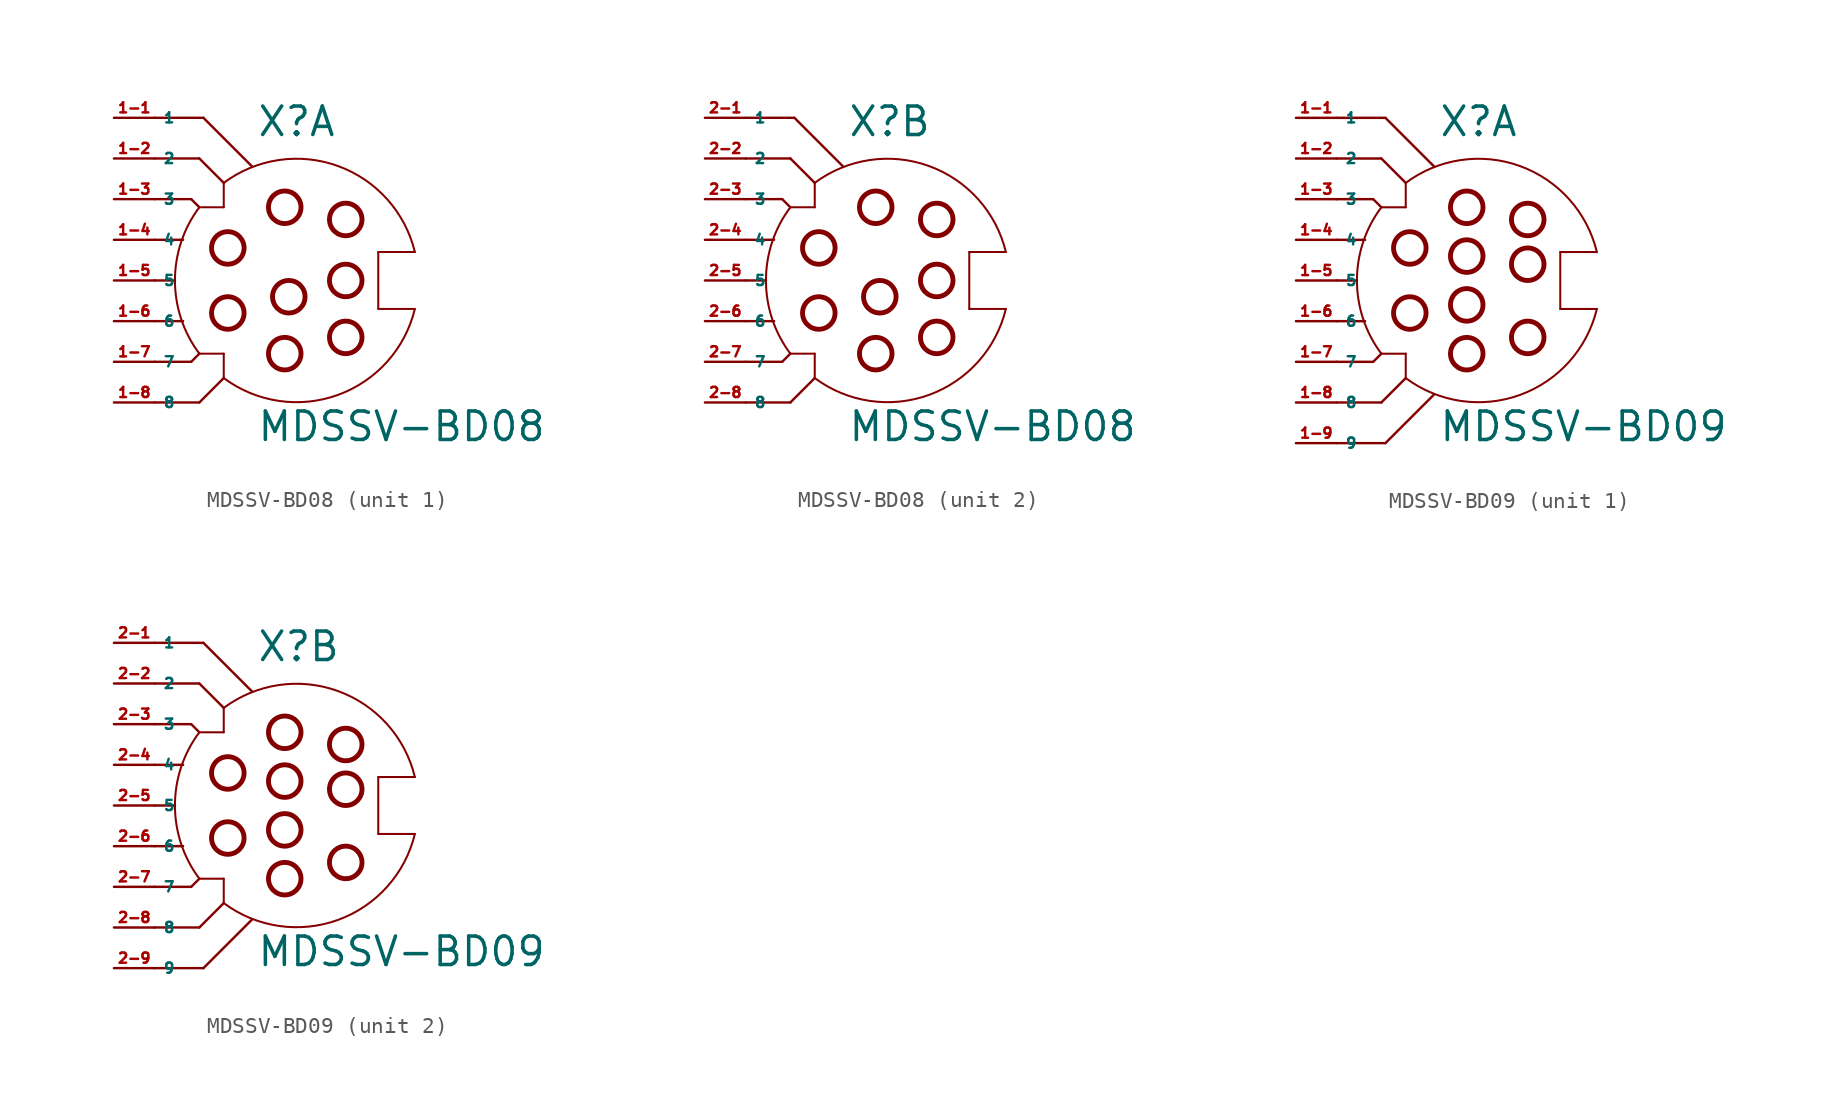
<source format=kicad_sym>
(kicad_symbol_lib
  (version 20220914)
  (generator Eagle2Kicad)
  (symbol "MDSSV-BD08"
    (property "Reference" "X"
      (at -1.27 8.89 0)
      (effects (font (size 1.778 1.778) (thickness 0.22)) (justify left bottom)))
    (property "Value" "MDSSV-BD08"
      (at -1.27 -10.16 0)
      (effects (font (size 1.778 1.778) (thickness 0.22)) (justify left bottom)))
    (symbol "MDSSV-BD08_1_0"
      (polyline (pts (xy 6.35 -1.778) (xy 6.35 1.778)) (stroke (width 0.127) (type default)) (fill (type none)))
      (polyline (pts (xy 6.35 1.778) (xy 8.636 1.778)) (stroke (width 0.127) (type default)) (fill (type none)))
      (polyline (pts (xy -3.302 6.096) (xy -3.302 4.572)) (stroke (width 0.127) (type default)) (fill (type none)))
      (polyline (pts (xy -3.302 4.572) (xy -4.826 4.572)) (stroke (width 0.127) (type default)) (fill (type none)))
      (polyline (pts (xy -4.826 -4.572) (xy -3.302 -4.572)) (stroke (width 0.127) (type default)) (fill (type none)))
      (polyline (pts (xy -3.302 -4.572) (xy -3.302 -6.096)) (stroke (width 0.127) (type default)) (fill (type none)))
      (arc (start -4.826 4.572) (mid -6.350 0.000) (end -4.826 -4.572) (stroke (width 0.127) (type default)) (fill (type none)))
      (arc (start 8.6357 1.778) (mid 3.829 7.150) (end -3.302 6.096) (stroke (width 0.127) (type default)) (fill (type none)))
      (polyline (pts (xy -7.62 0) (xy -6.35 0)) (stroke (width 0.152) (type default)) (fill (type none)))
      (polyline (pts (xy -7.62 2.54) (xy -5.842 2.54)) (stroke (width 0.152) (type default)) (fill (type none)))
      (polyline (pts (xy -7.62 -2.54) (xy -5.842 -2.54)) (stroke (width 0.152) (type default)) (fill (type none)))
      (polyline (pts (xy -7.62 5.08) (xy -5.334 5.08)) (stroke (width 0.152) (type default)) (fill (type none)))
      (polyline (pts (xy -5.334 5.08) (xy -4.826 4.572)) (stroke (width 0.152) (type default)) (fill (type none)))
      (polyline (pts (xy -7.62 -5.08) (xy -5.334 -5.08)) (stroke (width 0.152) (type default)) (fill (type none)))
      (polyline (pts (xy -5.334 -5.08) (xy -4.826 -4.572)) (stroke (width 0.152) (type default)) (fill (type none)))
      (polyline (pts (xy -7.62 -7.62) (xy -4.826 -7.62)) (stroke (width 0.152) (type default)) (fill (type none)))
      (polyline (pts (xy -4.826 -7.62) (xy -3.302 -6.096)) (stroke (width 0.152) (type default)) (fill (type none)))
      (polyline (pts (xy -7.62 7.62) (xy -4.826 7.62)) (stroke (width 0.152) (type default)) (fill (type none)))
      (polyline (pts (xy -4.826 7.62) (xy -3.302 6.096)) (stroke (width 0.152) (type default)) (fill (type none)))
      (polyline (pts (xy -7.62 10.16) (xy -4.572 10.16)) (stroke (width 0.152) (type default)) (fill (type none)))
      (polyline (pts (xy -4.572 10.16) (xy -1.524 7.112)) (stroke (width 0.152) (type default)) (fill (type none)))
      (polyline (pts (xy 6.35 -1.778) (xy 8.636 -1.778)) (stroke (width 0.127) (type default)) (fill (type none)))
      (arc (start -3.302 -6.096) (mid 3.829 -7.150) (end 8.6357 -1.778) (stroke (width 0.127) (type default)) (fill (type none)))
      (circle (center 0.508 4.572) (radius 1.016) (stroke (width 0.305) (type default)) (fill (type none)))
      (circle (center 4.318 3.81) (radius 1.016) (stroke (width 0.305) (type default)) (fill (type none)))
      (circle (center 0.508 -4.572) (radius 1.016) (stroke (width 0.305) (type default)) (fill (type none)))
      (circle (center 4.318 -3.556) (radius 1.016) (stroke (width 0.305) (type default)) (fill (type none)))
      (circle (center -3.048 2.032) (radius 1.016) (stroke (width 0.305) (type default)) (fill (type none)))
      (circle (center -3.048 -2.032) (radius 1.016) (stroke (width 0.305) (type default)) (fill (type none)))
      (circle (center 4.318 0) (radius 1.016) (stroke (width 0.305) (type default)) (fill (type none)))
      (circle (center 0.762 -1.016) (radius 1.016) (stroke (width 0.305) (type default)) (fill (type none)))
      (pin passive line (at -10.16 10.16 0) (length 2.54) (name "1" (effects (font (size 0.635 0.635) (thickness 0.08)) (justify left bottom))) (number "1-1" (effects (font (size 0.635 0.635) (thickness 0.08)) (justify left bottom))))
      (pin passive line (at -10.16 7.62 0) (length 2.54) (name "2" (effects (font (size 0.635 0.635) (thickness 0.08)) (justify left bottom))) (number "1-2" (effects (font (size 0.635 0.635) (thickness 0.08)) (justify left bottom))))
      (pin passive line (at -10.16 5.08 0) (length 2.54) (name "3" (effects (font (size 0.635 0.635) (thickness 0.08)) (justify left bottom))) (number "1-3" (effects (font (size 0.635 0.635) (thickness 0.08)) (justify left bottom))))
      (pin passive line (at -10.16 2.54 0) (length 2.54) (name "4" (effects (font (size 0.635 0.635) (thickness 0.08)) (justify left bottom))) (number "1-4" (effects (font (size 0.635 0.635) (thickness 0.08)) (justify left bottom))))
      (pin passive line (at -10.16 0 0) (length 2.54) (name "5" (effects (font (size 0.635 0.635) (thickness 0.08)) (justify left bottom))) (number "1-5" (effects (font (size 0.635 0.635) (thickness 0.08)) (justify left bottom))))
      (pin passive line (at -10.16 -2.54 0) (length 2.54) (name "6" (effects (font (size 0.635 0.635) (thickness 0.08)) (justify left bottom))) (number "1-6" (effects (font (size 0.635 0.635) (thickness 0.08)) (justify left bottom))))
      (pin passive line (at -10.16 -5.08 0) (length 2.54) (name "7" (effects (font (size 0.635 0.635) (thickness 0.08)) (justify left bottom))) (number "1-7" (effects (font (size 0.635 0.635) (thickness 0.08)) (justify left bottom))))
      (pin passive line (at -10.16 -7.62 0) (length 2.54) (name "8" (effects (font (size 0.635 0.635) (thickness 0.08)) (justify left bottom))) (number "1-8" (effects (font (size 0.635 0.635) (thickness 0.08)) (justify left bottom)))))
    (symbol "MDSSV-BD08_2_0"
      (polyline (pts (xy 6.35 -1.778) (xy 6.35 1.778)) (stroke (width 0.127) (type default)) (fill (type none)))
      (polyline (pts (xy 6.35 1.778) (xy 8.636 1.778)) (stroke (width 0.127) (type default)) (fill (type none)))
      (polyline (pts (xy -3.302 6.096) (xy -3.302 4.572)) (stroke (width 0.127) (type default)) (fill (type none)))
      (polyline (pts (xy -3.302 4.572) (xy -4.826 4.572)) (stroke (width 0.127) (type default)) (fill (type none)))
      (polyline (pts (xy -4.826 -4.572) (xy -3.302 -4.572)) (stroke (width 0.127) (type default)) (fill (type none)))
      (polyline (pts (xy -3.302 -4.572) (xy -3.302 -6.096)) (stroke (width 0.127) (type default)) (fill (type none)))
      (arc (start -4.826 4.572) (mid -6.350 0.000) (end -4.826 -4.572) (stroke (width 0.127) (type default)) (fill (type none)))
      (arc (start 8.6357 1.778) (mid 3.829 7.150) (end -3.302 6.096) (stroke (width 0.127) (type default)) (fill (type none)))
      (polyline (pts (xy -7.62 0) (xy -6.35 0)) (stroke (width 0.152) (type default)) (fill (type none)))
      (polyline (pts (xy -7.62 2.54) (xy -5.842 2.54)) (stroke (width 0.152) (type default)) (fill (type none)))
      (polyline (pts (xy -7.62 -2.54) (xy -5.842 -2.54)) (stroke (width 0.152) (type default)) (fill (type none)))
      (polyline (pts (xy -7.62 5.08) (xy -5.334 5.08)) (stroke (width 0.152) (type default)) (fill (type none)))
      (polyline (pts (xy -5.334 5.08) (xy -4.826 4.572)) (stroke (width 0.152) (type default)) (fill (type none)))
      (polyline (pts (xy -7.62 -5.08) (xy -5.334 -5.08)) (stroke (width 0.152) (type default)) (fill (type none)))
      (polyline (pts (xy -5.334 -5.08) (xy -4.826 -4.572)) (stroke (width 0.152) (type default)) (fill (type none)))
      (polyline (pts (xy -7.62 -7.62) (xy -4.826 -7.62)) (stroke (width 0.152) (type default)) (fill (type none)))
      (polyline (pts (xy -4.826 -7.62) (xy -3.302 -6.096)) (stroke (width 0.152) (type default)) (fill (type none)))
      (polyline (pts (xy -7.62 7.62) (xy -4.826 7.62)) (stroke (width 0.152) (type default)) (fill (type none)))
      (polyline (pts (xy -4.826 7.62) (xy -3.302 6.096)) (stroke (width 0.152) (type default)) (fill (type none)))
      (polyline (pts (xy -7.62 10.16) (xy -4.572 10.16)) (stroke (width 0.152) (type default)) (fill (type none)))
      (polyline (pts (xy -4.572 10.16) (xy -1.524 7.112)) (stroke (width 0.152) (type default)) (fill (type none)))
      (polyline (pts (xy 6.35 -1.778) (xy 8.636 -1.778)) (stroke (width 0.127) (type default)) (fill (type none)))
      (arc (start -3.302 -6.096) (mid 3.829 -7.150) (end 8.6357 -1.778) (stroke (width 0.127) (type default)) (fill (type none)))
      (circle (center 0.508 4.572) (radius 1.016) (stroke (width 0.305) (type default)) (fill (type none)))
      (circle (center 4.318 3.81) (radius 1.016) (stroke (width 0.305) (type default)) (fill (type none)))
      (circle (center 0.508 -4.572) (radius 1.016) (stroke (width 0.305) (type default)) (fill (type none)))
      (circle (center 4.318 -3.556) (radius 1.016) (stroke (width 0.305) (type default)) (fill (type none)))
      (circle (center -3.048 2.032) (radius 1.016) (stroke (width 0.305) (type default)) (fill (type none)))
      (circle (center -3.048 -2.032) (radius 1.016) (stroke (width 0.305) (type default)) (fill (type none)))
      (circle (center 4.318 0) (radius 1.016) (stroke (width 0.305) (type default)) (fill (type none)))
      (circle (center 0.762 -1.016) (radius 1.016) (stroke (width 0.305) (type default)) (fill (type none)))
      (pin passive line (at -10.16 10.16 0) (length 2.54) (name "1" (effects (font (size 0.635 0.635) (thickness 0.08)) (justify left bottom))) (number "2-1" (effects (font (size 0.635 0.635) (thickness 0.08)) (justify left bottom))))
      (pin passive line (at -10.16 7.62 0) (length 2.54) (name "2" (effects (font (size 0.635 0.635) (thickness 0.08)) (justify left bottom))) (number "2-2" (effects (font (size 0.635 0.635) (thickness 0.08)) (justify left bottom))))
      (pin passive line (at -10.16 5.08 0) (length 2.54) (name "3" (effects (font (size 0.635 0.635) (thickness 0.08)) (justify left bottom))) (number "2-3" (effects (font (size 0.635 0.635) (thickness 0.08)) (justify left bottom))))
      (pin passive line (at -10.16 2.54 0) (length 2.54) (name "4" (effects (font (size 0.635 0.635) (thickness 0.08)) (justify left bottom))) (number "2-4" (effects (font (size 0.635 0.635) (thickness 0.08)) (justify left bottom))))
      (pin passive line (at -10.16 0 0) (length 2.54) (name "5" (effects (font (size 0.635 0.635) (thickness 0.08)) (justify left bottom))) (number "2-5" (effects (font (size 0.635 0.635) (thickness 0.08)) (justify left bottom))))
      (pin passive line (at -10.16 -2.54 0) (length 2.54) (name "6" (effects (font (size 0.635 0.635) (thickness 0.08)) (justify left bottom))) (number "2-6" (effects (font (size 0.635 0.635) (thickness 0.08)) (justify left bottom))))
      (pin passive line (at -10.16 -5.08 0) (length 2.54) (name "7" (effects (font (size 0.635 0.635) (thickness 0.08)) (justify left bottom))) (number "2-7" (effects (font (size 0.635 0.635) (thickness 0.08)) (justify left bottom))))
      (pin passive line (at -10.16 -7.62 0) (length 2.54) (name "8" (effects (font (size 0.635 0.635) (thickness 0.08)) (justify left bottom))) (number "2-8" (effects (font (size 0.635 0.635) (thickness 0.08)) (justify left bottom))))))
  (symbol "MDSSV-BD09"
    (property "Reference" "X"
      (at -1.27 8.89 0)
      (effects (font (size 1.778 1.778) (thickness 0.22)) (justify left bottom)))
    (property "Value" "MDSSV-BD09"
      (at -1.27 -10.16 0)
      (effects (font (size 1.778 1.778) (thickness 0.22)) (justify left bottom)))
    (symbol "MDSSV-BD09_1_0"
      (polyline (pts (xy 6.35 -1.778) (xy 6.35 1.778)) (stroke (width 0.127) (type default)) (fill (type none)))
      (polyline (pts (xy 6.35 1.778) (xy 8.636 1.778)) (stroke (width 0.127) (type default)) (fill (type none)))
      (polyline (pts (xy -3.302 6.096) (xy -3.302 4.572)) (stroke (width 0.127) (type default)) (fill (type none)))
      (polyline (pts (xy -3.302 4.572) (xy -4.826 4.572)) (stroke (width 0.127) (type default)) (fill (type none)))
      (polyline (pts (xy -4.826 -4.572) (xy -3.302 -4.572)) (stroke (width 0.127) (type default)) (fill (type none)))
      (polyline (pts (xy -3.302 -4.572) (xy -3.302 -6.096)) (stroke (width 0.127) (type default)) (fill (type none)))
      (arc (start -4.826 4.572) (mid -6.350 0.000) (end -4.826 -4.572) (stroke (width 0.127) (type default)) (fill (type none)))
      (arc (start 8.6357 1.778) (mid 3.829 7.150) (end -3.302 6.096) (stroke (width 0.127) (type default)) (fill (type none)))
      (polyline (pts (xy -7.62 0) (xy -6.35 0)) (stroke (width 0.152) (type default)) (fill (type none)))
      (polyline (pts (xy -7.62 2.54) (xy -5.842 2.54)) (stroke (width 0.152) (type default)) (fill (type none)))
      (polyline (pts (xy -7.62 -2.54) (xy -5.842 -2.54)) (stroke (width 0.152) (type default)) (fill (type none)))
      (polyline (pts (xy -7.62 5.08) (xy -5.334 5.08)) (stroke (width 0.152) (type default)) (fill (type none)))
      (polyline (pts (xy -5.334 5.08) (xy -4.826 4.572)) (stroke (width 0.152) (type default)) (fill (type none)))
      (polyline (pts (xy -7.62 -5.08) (xy -5.334 -5.08)) (stroke (width 0.152) (type default)) (fill (type none)))
      (polyline (pts (xy -5.334 -5.08) (xy -4.826 -4.572)) (stroke (width 0.152) (type default)) (fill (type none)))
      (polyline (pts (xy -7.62 -7.62) (xy -4.826 -7.62)) (stroke (width 0.152) (type default)) (fill (type none)))
      (polyline (pts (xy -4.826 -7.62) (xy -3.302 -6.096)) (stroke (width 0.152) (type default)) (fill (type none)))
      (polyline (pts (xy -7.62 7.62) (xy -4.826 7.62)) (stroke (width 0.152) (type default)) (fill (type none)))
      (polyline (pts (xy -4.826 7.62) (xy -3.302 6.096)) (stroke (width 0.152) (type default)) (fill (type none)))
      (polyline (pts (xy -7.62 10.16) (xy -4.572 10.16)) (stroke (width 0.152) (type default)) (fill (type none)))
      (polyline (pts (xy -4.572 10.16) (xy -1.524 7.112)) (stroke (width 0.152) (type default)) (fill (type none)))
      (polyline (pts (xy -7.62 -10.16) (xy -4.572 -10.16)) (stroke (width 0.152) (type default)) (fill (type none)))
      (polyline (pts (xy -4.572 -10.16) (xy -1.524 -7.112)) (stroke (width 0.152) (type default)) (fill (type none)))
      (polyline (pts (xy 6.35 -1.778) (xy 8.636 -1.778)) (stroke (width 0.127) (type default)) (fill (type none)))
      (arc (start -3.302 -6.096) (mid 3.829 -7.150) (end 8.6357 -1.778) (stroke (width 0.127) (type default)) (fill (type none)))
      (circle (center 0.508 4.572) (radius 1.016) (stroke (width 0.305) (type default)) (fill (type none)))
      (circle (center 4.318 3.81) (radius 1.016) (stroke (width 0.305) (type default)) (fill (type none)))
      (circle (center 0.508 -4.572) (radius 1.016) (stroke (width 0.305) (type default)) (fill (type none)))
      (circle (center 4.318 -3.556) (radius 1.016) (stroke (width 0.305) (type default)) (fill (type none)))
      (circle (center 0.508 1.524) (radius 1.016) (stroke (width 0.305) (type default)) (fill (type none)))
      (circle (center 0.508 -1.524) (radius 1.016) (stroke (width 0.305) (type default)) (fill (type none)))
      (circle (center 4.318 1.016) (radius 1.016) (stroke (width 0.305) (type default)) (fill (type none)))
      (circle (center -3.048 2.032) (radius 1.016) (stroke (width 0.305) (type default)) (fill (type none)))
      (circle (center -3.048 -2.032) (radius 1.016) (stroke (width 0.305) (type default)) (fill (type none)))
      (pin passive line (at -10.16 10.16 0) (length 2.54) (name "1" (effects (font (size 0.635 0.635) (thickness 0.08)) (justify left bottom))) (number "1-1" (effects (font (size 0.635 0.635) (thickness 0.08)) (justify left bottom))))
      (pin passive line (at -10.16 7.62 0) (length 2.54) (name "2" (effects (font (size 0.635 0.635) (thickness 0.08)) (justify left bottom))) (number "1-2" (effects (font (size 0.635 0.635) (thickness 0.08)) (justify left bottom))))
      (pin passive line (at -10.16 5.08 0) (length 2.54) (name "3" (effects (font (size 0.635 0.635) (thickness 0.08)) (justify left bottom))) (number "1-3" (effects (font (size 0.635 0.635) (thickness 0.08)) (justify left bottom))))
      (pin passive line (at -10.16 2.54 0) (length 2.54) (name "4" (effects (font (size 0.635 0.635) (thickness 0.08)) (justify left bottom))) (number "1-4" (effects (font (size 0.635 0.635) (thickness 0.08)) (justify left bottom))))
      (pin passive line (at -10.16 0 0) (length 2.54) (name "5" (effects (font (size 0.635 0.635) (thickness 0.08)) (justify left bottom))) (number "1-5" (effects (font (size 0.635 0.635) (thickness 0.08)) (justify left bottom))))
      (pin passive line (at -10.16 -2.54 0) (length 2.54) (name "6" (effects (font (size 0.635 0.635) (thickness 0.08)) (justify left bottom))) (number "1-6" (effects (font (size 0.635 0.635) (thickness 0.08)) (justify left bottom))))
      (pin passive line (at -10.16 -5.08 0) (length 2.54) (name "7" (effects (font (size 0.635 0.635) (thickness 0.08)) (justify left bottom))) (number "1-7" (effects (font (size 0.635 0.635) (thickness 0.08)) (justify left bottom))))
      (pin passive line (at -10.16 -7.62 0) (length 2.54) (name "8" (effects (font (size 0.635 0.635) (thickness 0.08)) (justify left bottom))) (number "1-8" (effects (font (size 0.635 0.635) (thickness 0.08)) (justify left bottom))))
      (pin passive line (at -10.16 -10.16 0) (length 2.54) (name "9" (effects (font (size 0.635 0.635) (thickness 0.08)) (justify left bottom))) (number "1-9" (effects (font (size 0.635 0.635) (thickness 0.08)) (justify left bottom)))))
    (symbol "MDSSV-BD09_2_0"
      (polyline (pts (xy 6.35 -1.778) (xy 6.35 1.778)) (stroke (width 0.127) (type default)) (fill (type none)))
      (polyline (pts (xy 6.35 1.778) (xy 8.636 1.778)) (stroke (width 0.127) (type default)) (fill (type none)))
      (polyline (pts (xy -3.302 6.096) (xy -3.302 4.572)) (stroke (width 0.127) (type default)) (fill (type none)))
      (polyline (pts (xy -3.302 4.572) (xy -4.826 4.572)) (stroke (width 0.127) (type default)) (fill (type none)))
      (polyline (pts (xy -4.826 -4.572) (xy -3.302 -4.572)) (stroke (width 0.127) (type default)) (fill (type none)))
      (polyline (pts (xy -3.302 -4.572) (xy -3.302 -6.096)) (stroke (width 0.127) (type default)) (fill (type none)))
      (arc (start -4.826 4.572) (mid -6.350 0.000) (end -4.826 -4.572) (stroke (width 0.127) (type default)) (fill (type none)))
      (arc (start 8.6357 1.778) (mid 3.829 7.150) (end -3.302 6.096) (stroke (width 0.127) (type default)) (fill (type none)))
      (polyline (pts (xy -7.62 0) (xy -6.35 0)) (stroke (width 0.152) (type default)) (fill (type none)))
      (polyline (pts (xy -7.62 2.54) (xy -5.842 2.54)) (stroke (width 0.152) (type default)) (fill (type none)))
      (polyline (pts (xy -7.62 -2.54) (xy -5.842 -2.54)) (stroke (width 0.152) (type default)) (fill (type none)))
      (polyline (pts (xy -7.62 5.08) (xy -5.334 5.08)) (stroke (width 0.152) (type default)) (fill (type none)))
      (polyline (pts (xy -5.334 5.08) (xy -4.826 4.572)) (stroke (width 0.152) (type default)) (fill (type none)))
      (polyline (pts (xy -7.62 -5.08) (xy -5.334 -5.08)) (stroke (width 0.152) (type default)) (fill (type none)))
      (polyline (pts (xy -5.334 -5.08) (xy -4.826 -4.572)) (stroke (width 0.152) (type default)) (fill (type none)))
      (polyline (pts (xy -7.62 -7.62) (xy -4.826 -7.62)) (stroke (width 0.152) (type default)) (fill (type none)))
      (polyline (pts (xy -4.826 -7.62) (xy -3.302 -6.096)) (stroke (width 0.152) (type default)) (fill (type none)))
      (polyline (pts (xy -7.62 7.62) (xy -4.826 7.62)) (stroke (width 0.152) (type default)) (fill (type none)))
      (polyline (pts (xy -4.826 7.62) (xy -3.302 6.096)) (stroke (width 0.152) (type default)) (fill (type none)))
      (polyline (pts (xy -7.62 10.16) (xy -4.572 10.16)) (stroke (width 0.152) (type default)) (fill (type none)))
      (polyline (pts (xy -4.572 10.16) (xy -1.524 7.112)) (stroke (width 0.152) (type default)) (fill (type none)))
      (polyline (pts (xy -7.62 -10.16) (xy -4.572 -10.16)) (stroke (width 0.152) (type default)) (fill (type none)))
      (polyline (pts (xy -4.572 -10.16) (xy -1.524 -7.112)) (stroke (width 0.152) (type default)) (fill (type none)))
      (polyline (pts (xy 6.35 -1.778) (xy 8.636 -1.778)) (stroke (width 0.127) (type default)) (fill (type none)))
      (arc (start -3.302 -6.096) (mid 3.829 -7.150) (end 8.6357 -1.778) (stroke (width 0.127) (type default)) (fill (type none)))
      (circle (center 0.508 4.572) (radius 1.016) (stroke (width 0.305) (type default)) (fill (type none)))
      (circle (center 4.318 3.81) (radius 1.016) (stroke (width 0.305) (type default)) (fill (type none)))
      (circle (center 0.508 -4.572) (radius 1.016) (stroke (width 0.305) (type default)) (fill (type none)))
      (circle (center 4.318 -3.556) (radius 1.016) (stroke (width 0.305) (type default)) (fill (type none)))
      (circle (center 0.508 1.524) (radius 1.016) (stroke (width 0.305) (type default)) (fill (type none)))
      (circle (center 0.508 -1.524) (radius 1.016) (stroke (width 0.305) (type default)) (fill (type none)))
      (circle (center 4.318 1.016) (radius 1.016) (stroke (width 0.305) (type default)) (fill (type none)))
      (circle (center -3.048 2.032) (radius 1.016) (stroke (width 0.305) (type default)) (fill (type none)))
      (circle (center -3.048 -2.032) (radius 1.016) (stroke (width 0.305) (type default)) (fill (type none)))
      (pin passive line (at -10.16 10.16 0) (length 2.54) (name "1" (effects (font (size 0.635 0.635) (thickness 0.08)) (justify left bottom))) (number "2-1" (effects (font (size 0.635 0.635) (thickness 0.08)) (justify left bottom))))
      (pin passive line (at -10.16 7.62 0) (length 2.54) (name "2" (effects (font (size 0.635 0.635) (thickness 0.08)) (justify left bottom))) (number "2-2" (effects (font (size 0.635 0.635) (thickness 0.08)) (justify left bottom))))
      (pin passive line (at -10.16 5.08 0) (length 2.54) (name "3" (effects (font (size 0.635 0.635) (thickness 0.08)) (justify left bottom))) (number "2-3" (effects (font (size 0.635 0.635) (thickness 0.08)) (justify left bottom))))
      (pin passive line (at -10.16 2.54 0) (length 2.54) (name "4" (effects (font (size 0.635 0.635) (thickness 0.08)) (justify left bottom))) (number "2-4" (effects (font (size 0.635 0.635) (thickness 0.08)) (justify left bottom))))
      (pin passive line (at -10.16 0 0) (length 2.54) (name "5" (effects (font (size 0.635 0.635) (thickness 0.08)) (justify left bottom))) (number "2-5" (effects (font (size 0.635 0.635) (thickness 0.08)) (justify left bottom))))
      (pin passive line (at -10.16 -2.54 0) (length 2.54) (name "6" (effects (font (size 0.635 0.635) (thickness 0.08)) (justify left bottom))) (number "2-6" (effects (font (size 0.635 0.635) (thickness 0.08)) (justify left bottom))))
      (pin passive line (at -10.16 -5.08 0) (length 2.54) (name "7" (effects (font (size 0.635 0.635) (thickness 0.08)) (justify left bottom))) (number "2-7" (effects (font (size 0.635 0.635) (thickness 0.08)) (justify left bottom))))
      (pin passive line (at -10.16 -7.62 0) (length 2.54) (name "8" (effects (font (size 0.635 0.635) (thickness 0.08)) (justify left bottom))) (number "2-8" (effects (font (size 0.635 0.635) (thickness 0.08)) (justify left bottom))))
      (pin passive line (at -10.16 -10.16 0) (length 2.54) (name "9" (effects (font (size 0.635 0.635) (thickness 0.08)) (justify left bottom))) (number "2-9" (effects (font (size 0.635 0.635) (thickness 0.08)) (justify left bottom)))))))
</source>
